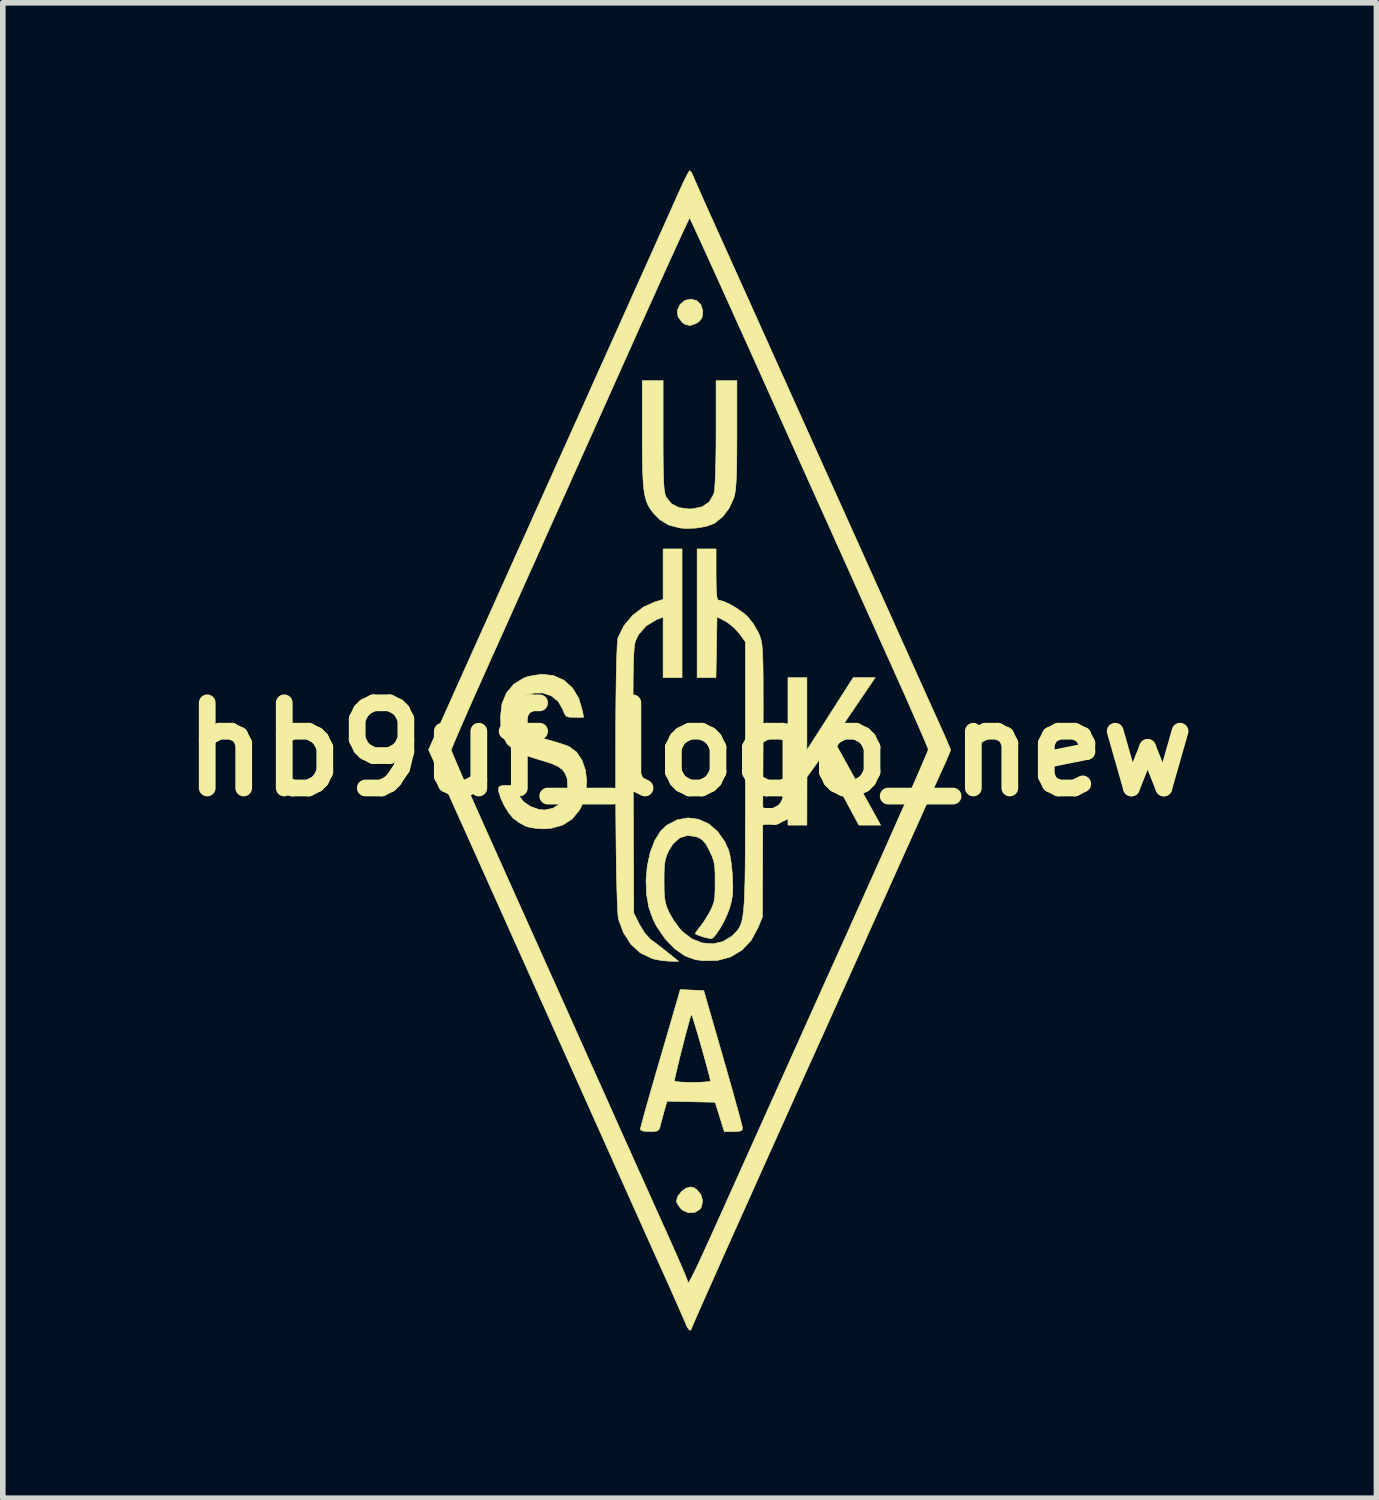
<source format=kicad_pcb>
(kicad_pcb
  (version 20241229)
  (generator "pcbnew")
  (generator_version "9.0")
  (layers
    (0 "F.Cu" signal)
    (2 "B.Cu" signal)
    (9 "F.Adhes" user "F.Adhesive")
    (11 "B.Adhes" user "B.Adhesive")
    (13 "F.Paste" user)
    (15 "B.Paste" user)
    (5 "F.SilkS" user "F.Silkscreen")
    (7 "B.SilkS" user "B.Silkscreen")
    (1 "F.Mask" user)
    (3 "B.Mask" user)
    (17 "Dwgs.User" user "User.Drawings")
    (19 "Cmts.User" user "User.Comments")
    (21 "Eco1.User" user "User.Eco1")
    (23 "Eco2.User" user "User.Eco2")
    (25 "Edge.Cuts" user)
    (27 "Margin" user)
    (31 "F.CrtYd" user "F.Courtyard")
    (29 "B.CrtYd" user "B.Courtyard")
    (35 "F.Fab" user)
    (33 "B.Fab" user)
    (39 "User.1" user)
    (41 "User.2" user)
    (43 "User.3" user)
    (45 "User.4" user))
  (footprint "hb9uf_logo_new"
    (layer "F.Cu")
    (at 9.296 10.368)
    (property "Reference" "hb9uf_logo_new" (at 0 0 0) (layer "F.SilkS") (effects (font (size 1.524 1.524) (thickness 0.3))))
    (attr through_hole)
    (fp_poly (pts (xy 0.126 -8.036) (xy 0.201 -7.965) (xy 0.236 -7.858) (xy 0.237 -7.837) (xy 0.223 -7.732) (xy 0.172 -7.663) (xy 0.112 -7.625) (xy 0.008 -7.589) (xy -0.08 -7.61) (xy -0.13 -7.645) (xy -0.207 -7.746) (xy -0.22 -7.858) (xy -0.169 -7.969) (xy -0.076 -8.043) (xy 0.028 -8.063) (xy 0.126 -8.036)) (stroke (width 0.01) (type solid)) (fill yes) (layer "F.SilkS"))
    (fp_poly (pts (xy 0.082 7.849) (xy 0.129 7.881) (xy 0.204 7.971) (xy 0.233 8.082) (xy 0.213 8.189) (xy 0.183 8.233) (xy 0.091 8.289) (xy -0.019 8.295) (xy -0.123 8.251) (xy -0.167 8.208) (xy -0.215 8.139) (xy -0.237 8.093) (xy -0.237 8.091) (xy -0.21 7.999) (xy -0.141 7.91) (xy -0.061 7.854) (xy 0.018 7.832) (xy 0.082 7.849)) (stroke (width 0.01) (type solid)) (fill yes) (layer "F.SilkS"))
    (fp_poly (pts (xy 2.1 0.01) (xy 2.515 -0.638) (xy 2.929 -1.286) (xy 3.126 -1.286) (xy 3.323 -1.287) (xy 2.947 -0.733) (xy 2.571 -0.18) (xy 2.898 0.41) (xy 3.005 0.604) (xy 3.109 0.791) (xy 3.201 0.957) (xy 3.275 1.09) (xy 3.322 1.177) (xy 3.323 1.177) (xy 3.421 1.355) (xy 3.031 1.354) (xy 2.78 0.889) (xy 2.686 0.715) (xy 2.596 0.55) (xy 2.519 0.409) (xy 2.462 0.306) (xy 2.446 0.277) (xy 2.362 0.132) (xy 2.232 0.311) (xy 2.102 0.491) (xy 2.101 0.923) (xy 2.1 1.355) (xy 1.761 1.355) (xy 1.761 -1.287) (xy 2.1 -1.287) (xy 2.1 0.01)) (stroke (width 0.01) (type solid)) (fill yes) (layer "F.SilkS"))
    (fp_poly (pts (xy -0.474 -5.619) (xy -0.474 -5.324) (xy -0.472 -5.09) (xy -0.468 -4.908) (xy -0.463 -4.77) (xy -0.455 -4.669) (xy -0.444 -4.596) (xy -0.431 -4.544) (xy -0.421 -4.52) (xy -0.329 -4.402) (xy -0.191 -4.33) (xy -0.011 -4.306) (xy 0.056 -4.309) (xy 0.227 -4.346) (xy 0.349 -4.429) (xy 0.427 -4.561) (xy 0.44 -4.603) (xy 0.449 -4.669) (xy 0.457 -4.792) (xy 0.464 -4.962) (xy 0.469 -5.17) (xy 0.473 -5.405) (xy 0.474 -5.657) (xy 0.474 -5.664) (xy 0.474 -6.604) (xy 0.847 -6.604) (xy 0.847 -5.645) (xy 0.846 -5.344) (xy 0.844 -5.103) (xy 0.839 -4.914) (xy 0.832 -4.767) (xy 0.822 -4.655) (xy 0.809 -4.57) (xy 0.794 -4.51) (xy 0.714 -4.329) (xy 0.595 -4.17) (xy 0.452 -4.054) (xy 0.43 -4.042) (xy 0.289 -3.992) (xy 0.111 -3.963) (xy -0.074 -3.957) (xy -0.173 -3.966) (xy -0.373 -4.018) (xy -0.533 -4.115) (xy -0.641 -4.224) (xy -0.697 -4.296) (xy -0.742 -4.37) (xy -0.776 -4.453) (xy -0.803 -4.554) (xy -0.822 -4.681) (xy -0.834 -4.842) (xy -0.842 -5.045) (xy -0.846 -5.299) (xy -0.847 -5.612) (xy -0.847 -5.645) (xy -0.847 -6.604) (xy -0.474 -6.604) (xy -0.474 -5.619)) (stroke (width 0.01) (type solid)) (fill yes) (layer "F.SilkS"))
    (fp_poly (pts (xy -0.135 -1.287) (xy -0.474 -1.287) (xy -0.474 -2.372) (xy -0.601 -2.319) (xy -0.781 -2.21) (xy -0.914 -2.056) (xy -0.966 -1.95) (xy -0.976 -1.917) (xy -0.985 -1.871) (xy -0.992 -1.809) (xy -0.998 -1.724) (xy -1.003 -1.614) (xy -1.007 -1.472) (xy -1.01 -1.293) (xy -1.011 -1.074) (xy -1.012 -0.808) (xy -1.012 -0.492) (xy -1.011 -0.121) (xy -1.01 0.311) (xy -1.009 0.559) (xy -0.999 2.929) (xy -0.897 3.133) (xy -0.805 3.285) (xy -0.702 3.399) (xy -0.674 3.42) (xy -0.581 3.488) (xy -0.465 3.578) (xy -0.375 3.649) (xy -0.197 3.793) (xy -0.361 3.791) (xy -0.498 3.779) (xy -0.637 3.753) (xy -0.67 3.743) (xy -0.878 3.644) (xy -1.05 3.489) (xy -1.184 3.28) (xy -1.273 3.04) (xy -1.282 2.972) (xy -1.29 2.843) (xy -1.297 2.662) (xy -1.304 2.434) (xy -1.31 2.166) (xy -1.314 1.865) (xy -1.318 1.538) (xy -1.321 1.191) (xy -1.323 0.832) (xy -1.324 0.468) (xy -1.324 0.104) (xy -1.323 -0.252) (xy -1.322 -0.594) (xy -1.319 -0.914) (xy -1.315 -1.206) (xy -1.31 -1.463) (xy -1.304 -1.678) (xy -1.297 -1.845) (xy -1.289 -1.956) (xy -1.282 -2.002) (xy -1.175 -2.216) (xy -1.017 -2.404) (xy -0.821 -2.553) (xy -0.617 -2.643) (xy -0.474 -2.686) (xy -0.474 -3.59) (xy -0.135 -3.59) (xy -0.135 -1.287)) (stroke (width 0.01) (type solid)) (fill yes) (layer "F.SilkS"))
    (fp_poly (pts (xy 0.044 4.308) (xy 0.254 4.318) (xy 0.6 5.52) (xy 0.679 5.796) (xy 0.752 6.052) (xy 0.816 6.282) (xy 0.87 6.477) (xy 0.911 6.631) (xy 0.938 6.735) (xy 0.947 6.781) (xy 0.947 6.782) (xy 0.936 6.818) (xy 0.888 6.836) (xy 0.789 6.841) (xy 0.785 6.841) (xy 0.622 6.841) (xy 0.457 6.316) (xy 0.027 6.307) (xy -0.404 6.297) (xy -0.455 6.476) (xy -0.488 6.597) (xy -0.517 6.705) (xy -0.527 6.748) (xy -0.547 6.804) (xy -0.583 6.831) (xy -0.657 6.84) (xy -0.715 6.841) (xy -0.825 6.834) (xy -0.875 6.812) (xy -0.881 6.795) (xy -0.871 6.753) (xy -0.845 6.653) (xy -0.805 6.505) (xy -0.752 6.317) (xy -0.689 6.096) (xy -0.642 5.935) (xy -0.272 5.935) (xy -0.24 5.946) (xy -0.155 5.955) (xy -0.032 5.96) (xy 0.051 5.961) (xy 0.189 5.958) (xy 0.298 5.951) (xy 0.362 5.942) (xy 0.373 5.935) (xy 0.365 5.89) (xy 0.341 5.795) (xy 0.306 5.663) (xy 0.263 5.506) (xy 0.216 5.337) (xy 0.167 5.168) (xy 0.121 5.011) (xy 0.081 4.88) (xy 0.051 4.786) (xy 0.035 4.743) (xy 0.033 4.741) (xy 0.021 4.772) (xy -0.004 4.856) (xy -0.038 4.981) (xy -0.079 5.134) (xy -0.122 5.302) (xy -0.166 5.473) (xy -0.205 5.634) (xy -0.238 5.772) (xy -0.262 5.876) (xy -0.272 5.931) (xy -0.272 5.935) (xy -0.642 5.935) (xy -0.618 5.851) (xy -0.58 5.72) (xy -0.504 5.457) (xy -0.43 5.207) (xy -0.364 4.978) (xy -0.306 4.78) (xy -0.261 4.624) (xy -0.23 4.519) (xy -0.223 4.494) (xy -0.167 4.298) (xy 0.044 4.308)) (stroke (width 0.01) (type solid)) (fill yes) (layer "F.SilkS"))
    (fp_poly (pts (xy -2.437 -1.323) (xy -2.252 -1.241) (xy -2.099 -1.104) (xy -1.985 -0.917) (xy -1.917 -0.686) (xy -1.898 -0.576) (xy -2.059 -0.576) (xy -2.158 -0.579) (xy -2.212 -0.599) (xy -2.245 -0.652) (xy -2.27 -0.719) (xy -2.353 -0.861) (xy -2.477 -0.961) (xy -2.629 -1.012) (xy -2.793 -1.009) (xy -2.897 -0.976) (xy -2.995 -0.898) (xy -3.056 -0.782) (xy -3.08 -0.647) (xy -3.068 -0.51) (xy -3.018 -0.389) (xy -2.932 -0.3) (xy -2.889 -0.278) (xy -2.811 -0.252) (xy -2.691 -0.216) (xy -2.552 -0.177) (xy -2.524 -0.169) (xy -2.383 -0.129) (xy -2.254 -0.088) (xy -2.163 -0.054) (xy -2.152 -0.049) (xy -2.022 0.049) (xy -1.926 0.193) (xy -1.865 0.371) (xy -1.842 0.57) (xy -1.859 0.777) (xy -1.918 0.978) (xy -1.966 1.076) (xy -2.097 1.24) (xy -2.27 1.353) (xy -2.481 1.412) (xy -2.623 1.421) (xy -2.757 1.412) (xy -2.884 1.389) (xy -2.946 1.368) (xy -3.055 1.308) (xy -3.157 1.231) (xy -3.162 1.226) (xy -3.24 1.133) (xy -3.316 1.009) (xy -3.378 0.878) (xy -3.415 0.763) (xy -3.42 0.72) (xy -3.414 0.674) (xy -3.382 0.652) (xy -3.308 0.644) (xy -3.251 0.643) (xy -3.151 0.646) (xy -3.1 0.661) (xy -3.083 0.694) (xy -3.082 0.724) (xy -3.05 0.837) (xy -2.966 0.941) (xy -2.844 1.023) (xy -2.698 1.074) (xy -2.597 1.084) (xy -2.446 1.053) (xy -2.32 0.97) (xy -2.229 0.848) (xy -2.182 0.7) (xy -2.189 0.541) (xy -2.196 0.511) (xy -2.23 0.426) (xy -2.279 0.359) (xy -2.356 0.304) (xy -2.471 0.252) (xy -2.636 0.199) (xy -2.75 0.166) (xy -2.98 0.09) (xy -3.15 0.004) (xy -3.268 -0.102) (xy -3.341 -0.237) (xy -3.378 -0.411) (xy -3.386 -0.585) (xy -3.359 -0.818) (xy -3.277 -1.015) (xy -3.146 -1.17) (xy -2.968 -1.279) (xy -2.884 -1.309) (xy -2.65 -1.347) (xy -2.437 -1.323)) (stroke (width 0.01) (type solid)) (fill yes) (layer "F.SilkS"))
    (fp_poly (pts (xy 0.474 -3.133) (xy 0.476 -2.937) (xy 0.481 -2.801) (xy 0.491 -2.718) (xy 0.507 -2.68) (xy 0.516 -2.675) (xy 0.601 -2.654) (xy 0.718 -2.601) (xy 0.845 -2.527) (xy 0.965 -2.442) (xy 1.046 -2.371) (xy 1.145 -2.244) (xy 1.23 -2.095) (xy 1.253 -2.042) (xy 1.266 -2.005) (xy 1.278 -1.967) (xy 1.287 -1.923) (xy 1.296 -1.868) (xy 1.302 -1.797) (xy 1.308 -1.705) (xy 1.312 -1.587) (xy 1.315 -1.438) (xy 1.317 -1.254) (xy 1.317 -1.029) (xy 1.318 -0.758) (xy 1.317 -0.436) (xy 1.316 -0.058) (xy 1.314 0.38) (xy 1.313 0.571) (xy 1.304 2.997) (xy 1.225 3.192) (xy 1.101 3.419) (xy 0.936 3.593) (xy 0.734 3.714) (xy 0.5 3.777) (xy 0.237 3.782) (xy 0.099 3.762) (xy -0.087 3.693) (xy -0.269 3.566) (xy -0.439 3.388) (xy -0.589 3.168) (xy -0.651 3.05) (xy -0.728 2.833) (xy -0.771 2.591) (xy -0.78 2.337) (xy -0.757 2.084) (xy -0.705 1.845) (xy -0.625 1.633) (xy -0.519 1.462) (xy -0.411 1.358) (xy -0.222 1.26) (xy -0.029 1.225) (xy 0.161 1.25) (xy 0.34 1.331) (xy 0.499 1.466) (xy 0.63 1.651) (xy 0.7 1.807) (xy 0.724 1.903) (xy 0.746 2.043) (xy 0.763 2.205) (xy 0.768 2.286) (xy 0.774 2.464) (xy 0.769 2.599) (xy 0.751 2.714) (xy 0.718 2.835) (xy 0.716 2.841) (xy 0.668 2.967) (xy 0.605 3.098) (xy 0.535 3.22) (xy 0.468 3.318) (xy 0.413 3.376) (xy 0.389 3.386) (xy 0.328 3.377) (xy 0.245 3.356) (xy 0.164 3.329) (xy 0.11 3.305) (xy 0.102 3.297) (xy 0.121 3.261) (xy 0.171 3.196) (xy 0.188 3.175) (xy 0.255 3.084) (xy 0.328 2.966) (xy 0.366 2.899) (xy 0.408 2.813) (xy 0.435 2.734) (xy 0.45 2.643) (xy 0.456 2.521) (xy 0.457 2.371) (xy 0.456 2.205) (xy 0.448 2.087) (xy 0.432 1.996) (xy 0.402 1.911) (xy 0.356 1.813) (xy 0.356 1.812) (xy 0.293 1.696) (xy 0.236 1.626) (xy 0.17 1.582) (xy 0.116 1.561) (xy -0.038 1.539) (xy -0.175 1.581) (xy -0.295 1.688) (xy -0.373 1.812) (xy -0.411 1.896) (xy -0.436 1.977) (xy -0.45 2.072) (xy -0.456 2.201) (xy -0.457 2.354) (xy -0.455 2.526) (xy -0.448 2.65) (xy -0.432 2.746) (xy -0.405 2.832) (xy -0.367 2.919) (xy -0.288 3.056) (xy -0.186 3.196) (xy -0.126 3.263) (xy 0.042 3.391) (xy 0.225 3.463) (xy 0.413 3.48) (xy 0.593 3.441) (xy 0.753 3.345) (xy 0.799 3.301) (xy 0.836 3.262) (xy 0.868 3.223) (xy 0.895 3.18) (xy 0.919 3.128) (xy 0.938 3.063) (xy 0.954 2.979) (xy 0.967 2.872) (xy 0.978 2.737) (xy 0.985 2.57) (xy 0.991 2.364) (xy 0.995 2.117) (xy 0.997 1.822) (xy 0.998 1.475) (xy 0.999 1.071) (xy 0.999 0.606) (xy 0.999 0.469) (xy 0.999 -1.925) (xy 0.897 -2.069) (xy 0.803 -2.174) (xy 0.686 -2.268) (xy 0.643 -2.294) (xy 0.491 -2.374) (xy 0.482 -1.831) (xy 0.472 -1.287) (xy 0.135 -1.287) (xy 0.135 -3.59) (xy 0.474 -3.59) (xy 0.474 -3.133)) (stroke (width 0.01) (type solid)) (fill yes) (layer "F.SilkS"))
    (fp_poly (pts (xy 0.031 -10.335) (xy 0.062 -10.27) (xy 0.084 -10.217) (xy 0.131 -10.11) (xy 0.198 -9.958) (xy 0.281 -9.77) (xy 0.378 -9.555) (xy 0.484 -9.319) (xy 0.525 -9.229) (xy 0.649 -8.954) (xy 0.792 -8.635) (xy 0.949 -8.288) (xy 1.11 -7.931) (xy 1.267 -7.58) (xy 1.415 -7.253) (xy 1.462 -7.146) (xy 1.601 -6.838) (xy 1.75 -6.507) (xy 1.902 -6.168) (xy 2.051 -5.838) (xy 2.189 -5.531) (xy 2.309 -5.264) (xy 2.354 -5.165) (xy 2.444 -4.964) (xy 2.558 -4.712) (xy 2.691 -4.417) (xy 2.838 -4.091) (xy 2.995 -3.742) (xy 3.157 -3.381) (xy 3.32 -3.018) (xy 3.48 -2.662) (xy 3.505 -2.608) (xy 3.656 -2.272) (xy 3.804 -1.941) (xy 3.947 -1.623) (xy 4.081 -1.325) (xy 4.202 -1.056) (xy 4.307 -0.823) (xy 4.393 -0.633) (xy 4.456 -0.494) (xy 4.473 -0.455) (xy 4.545 -0.296) (xy 4.605 -0.159) (xy 4.649 -0.056) (xy 4.672 0.002) (xy 4.674 0.009) (xy 4.66 0.047) (xy 4.624 0.133) (xy 4.571 0.255) (xy 4.507 0.396) (xy 4.462 0.494) (xy 4.393 0.647) (xy 4.303 0.847) (xy 4.193 1.09) (xy 4.069 1.367) (xy 3.931 1.673) (xy 3.784 2) (xy 3.63 2.342) (xy 3.488 2.659) (xy 3.326 3.018) (xy 3.165 3.377) (xy 3.008 3.727) (xy 2.858 4.061) (xy 2.718 4.37) (xy 2.594 4.647) (xy 2.487 4.885) (xy 2.402 5.074) (xy 2.353 5.182) (xy 2.121 5.695) (xy 1.893 6.201) (xy 1.671 6.695) (xy 1.456 7.174) (xy 1.25 7.633) (xy 1.054 8.07) (xy 0.87 8.48) (xy 0.7 8.859) (xy 0.546 9.205) (xy 0.409 9.513) (xy 0.29 9.78) (xy 0.192 10.001) (xy 0.116 10.174) (xy 0.064 10.294) (xy 0.037 10.358) (xy 0.034 10.368) (xy 0.019 10.399) (xy -0.014 10.383) (xy -0.05 10.329) (xy -0.06 10.304) (xy -0.082 10.251) (xy -0.128 10.145) (xy -0.195 9.993) (xy -0.279 9.803) (xy -0.376 9.584) (xy -0.484 9.343) (xy -0.559 9.178) (xy -0.687 8.894) (xy -0.82 8.597) (xy -0.953 8.301) (xy -1.079 8.02) (xy -1.191 7.769) (xy -1.284 7.562) (xy -1.304 7.518) (xy -1.367 7.376) (xy -1.456 7.178) (xy -1.567 6.929) (xy -1.698 6.637) (xy -1.846 6.306) (xy -2.009 5.943) (xy -2.183 5.554) (xy -2.367 5.144) (xy -2.557 4.719) (xy -2.752 4.285) (xy -2.947 3.848) (xy -3.142 3.415) (xy -3.332 2.99) (xy -3.516 2.58) (xy -3.691 2.19) (xy -3.854 1.827) (xy -4.002 1.496) (xy -4.134 1.204) (xy -4.245 0.956) (xy -4.334 0.757) (xy -4.388 0.637) (xy -4.671 0.01) (xy -4.267 0.01) (xy -4.254 0.048) (xy -4.215 0.142) (xy -4.154 0.285) (xy -4.074 0.471) (xy -3.977 0.693) (xy -3.865 0.945) (xy -3.743 1.22) (xy -3.637 1.457) (xy -3.486 1.794) (xy -3.325 2.153) (xy -3.161 2.519) (xy -2.999 2.88) (xy -2.845 3.223) (xy -2.706 3.533) (xy -2.588 3.798) (xy -2.567 3.844) (xy -2.338 4.353) (xy -2.135 4.805) (xy -1.956 5.206) (xy -1.797 5.561) (xy -1.656 5.874) (xy -1.532 6.151) (xy -1.422 6.396) (xy -1.324 6.616) (xy -1.235 6.815) (xy -1.153 6.998) (xy -1.109 7.095) (xy -1.018 7.298) (xy -0.907 7.547) (xy -0.782 7.823) (xy -0.653 8.112) (xy -0.525 8.396) (xy -0.435 8.595) (xy -0.332 8.825) (xy -0.239 9.035) (xy -0.159 9.218) (xy -0.096 9.365) (xy -0.053 9.469) (xy -0.035 9.521) (xy -0.034 9.525) (xy -0.031 9.544) (xy -0.019 9.541) (xy 0.002 9.513) (xy 0.035 9.453) (xy 0.083 9.358) (xy 0.147 9.225) (xy 0.229 9.047) (xy 0.332 8.822) (xy 0.458 8.544) (xy 0.609 8.209) (xy 0.645 8.128) (xy 0.747 7.902) (xy 0.873 7.621) (xy 1.021 7.291) (xy 1.189 6.918) (xy 1.372 6.51) (xy 1.569 6.072) (xy 1.776 5.611) (xy 1.991 5.133) (xy 2.21 4.645) (xy 2.431 4.154) (xy 2.651 3.665) (xy 2.769 3.404) (xy 2.971 2.953) (xy 3.165 2.519) (xy 3.35 2.107) (xy 3.523 1.719) (xy 3.682 1.36) (xy 3.827 1.034) (xy 3.954 0.746) (xy 4.063 0.498) (xy 4.15 0.296) (xy 4.216 0.143) (xy 4.258 0.043) (xy 4.273 0.001) (xy 4.273 0) (xy 4.259 -0.04) (xy 4.22 -0.135) (xy 4.157 -0.281) (xy 4.075 -0.47) (xy 3.975 -0.698) (xy 3.86 -0.958) (xy 3.732 -1.244) (xy 3.595 -1.551) (xy 3.53 -1.693) (xy 3.405 -1.971) (xy 3.256 -2.304) (xy 3.085 -2.682) (xy 2.898 -3.1) (xy 2.696 -3.548) (xy 2.484 -4.021) (xy 2.264 -4.509) (xy 2.041 -5.005) (xy 1.818 -5.502) (xy 1.598 -5.992) (xy 1.404 -6.425) (xy 1.21 -6.856) (xy 1.024 -7.27) (xy 0.847 -7.661) (xy 0.682 -8.027) (xy 0.531 -8.361) (xy 0.394 -8.662) (xy 0.275 -8.924) (xy 0.175 -9.143) (xy 0.095 -9.316) (xy 0.039 -9.437) (xy 0.007 -9.503) (xy 0 -9.515) (xy -0.016 -9.485) (xy -0.058 -9.397) (xy -0.123 -9.258) (xy -0.209 -9.07) (xy -0.314 -8.84) (xy -0.436 -8.572) (xy -0.573 -8.269) (xy -0.722 -7.939) (xy -0.882 -7.584) (xy -1.049 -7.209) (xy -1.082 -7.137) (xy -1.324 -6.596) (xy -1.542 -6.109) (xy -1.741 -5.665) (xy -1.925 -5.255) (xy -2.097 -4.871) (xy -2.262 -4.503) (xy -2.424 -4.142) (xy -2.587 -3.779) (xy -2.754 -3.404) (xy -2.932 -3.009) (xy -3.122 -2.585) (xy -3.329 -2.122) (xy -3.559 -1.612) (xy -3.602 -1.515) (xy -3.735 -1.217) (xy -3.86 -0.938) (xy -3.972 -0.683) (xy -4.071 -0.458) (xy -4.152 -0.271) (xy -4.214 -0.126) (xy -4.253 -0.031) (xy -4.267 0.009) (xy -4.267 0.01) (xy -4.671 0.01) (xy -4.673 0.004) (xy -3.977 -1.548) (xy -3.829 -1.878) (xy -3.679 -2.211) (xy -3.532 -2.538) (xy -3.393 -2.849) (xy -3.264 -3.134) (xy -3.152 -3.385) (xy -3.059 -3.591) (xy -2.999 -3.725) (xy -2.907 -3.928) (xy -2.797 -4.174) (xy -2.669 -4.459) (xy -2.526 -4.777) (xy -2.371 -5.122) (xy -2.205 -5.49) (xy -2.032 -5.875) (xy -1.854 -6.272) (xy -1.674 -6.675) (xy -1.492 -7.078) (xy -1.313 -7.477) (xy -1.139 -7.866) (xy -0.971 -8.24) (xy -0.813 -8.593) (xy -0.666 -8.919) (xy -0.534 -9.215) (xy -0.418 -9.473) (xy -0.321 -9.689) (xy -0.246 -9.858) (xy -0.194 -9.973) (xy -0.175 -10.016) (xy -0.112 -10.155) (xy -0.056 -10.267) (xy -0.016 -10.341) (xy 0.003 -10.363) (xy 0.031 -10.335)) (stroke (width 0.01) (type solid)) (fill yes) (layer "F.SilkS")))
  (gr_rect
    (start -3 -3)
    (end 21.593 23.773)
    (stroke (width 0.1) (type default))
    (fill no)
    (layer "Edge.Cuts")))
</source>
